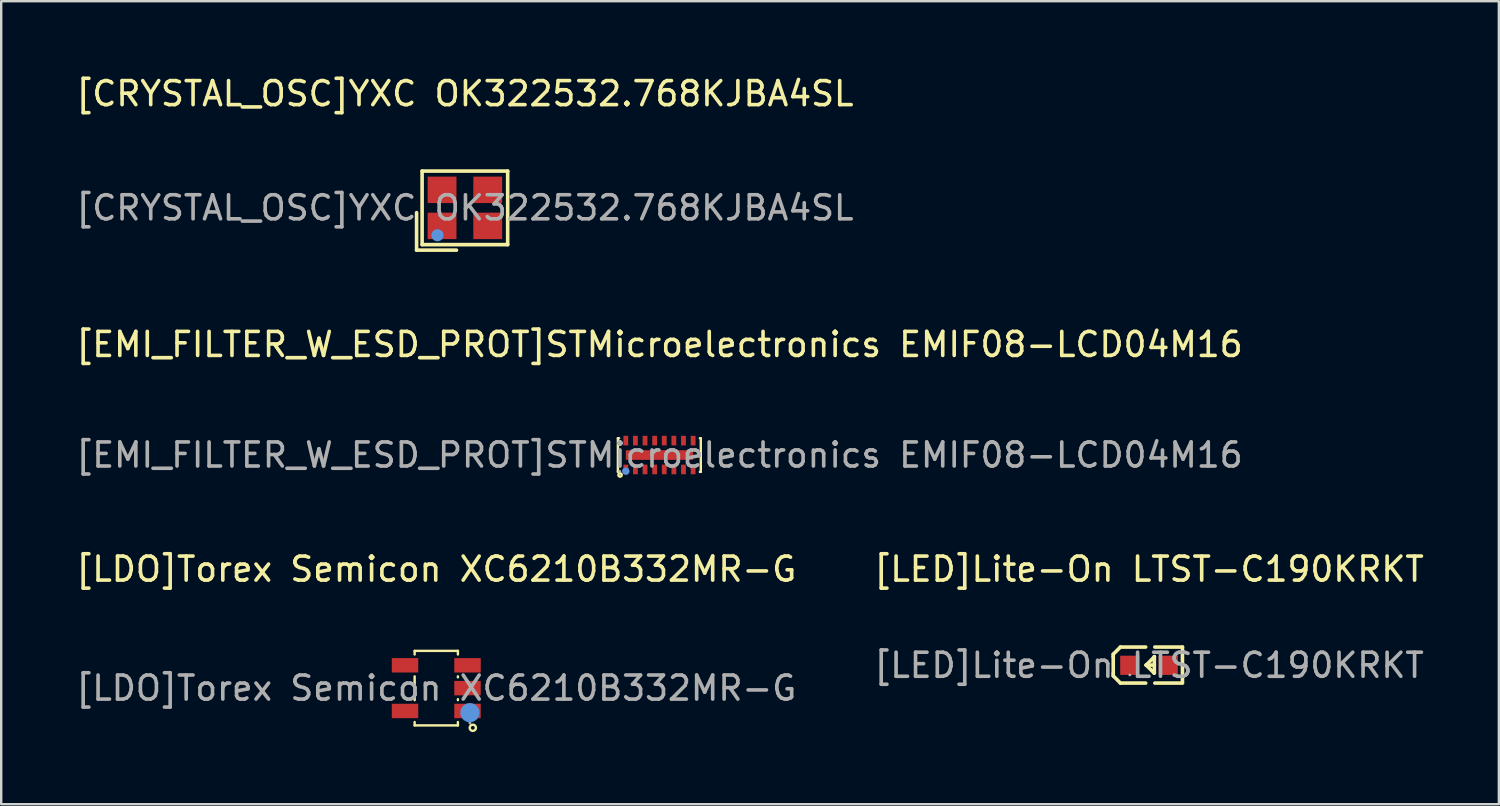
<source format=kicad_pcb>
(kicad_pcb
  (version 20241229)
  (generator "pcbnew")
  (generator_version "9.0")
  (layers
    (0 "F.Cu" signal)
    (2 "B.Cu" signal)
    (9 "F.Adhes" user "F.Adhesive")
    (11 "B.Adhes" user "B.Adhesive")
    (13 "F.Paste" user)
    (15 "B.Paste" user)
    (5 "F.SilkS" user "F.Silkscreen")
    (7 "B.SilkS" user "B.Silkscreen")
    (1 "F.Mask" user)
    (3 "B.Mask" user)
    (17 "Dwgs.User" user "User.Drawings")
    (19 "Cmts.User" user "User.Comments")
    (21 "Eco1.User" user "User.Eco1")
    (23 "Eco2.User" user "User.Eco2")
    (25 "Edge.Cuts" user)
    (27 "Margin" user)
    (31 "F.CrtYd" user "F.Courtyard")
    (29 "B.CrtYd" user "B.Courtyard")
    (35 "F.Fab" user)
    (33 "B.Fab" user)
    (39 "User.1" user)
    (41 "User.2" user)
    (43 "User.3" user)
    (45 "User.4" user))
  (footprint "[EMI_FILTER_W_ESD_PROT]STMicroelectronics EMIF08-LCD04M16"
    (layer "F.Cu")
    (at 24.387 15.882)
    (property "Reference" "[EMI_FILTER_W_ESD_PROT]STMicroelectronics EMIF08-LCD04M16" (at 0 -4.6 0) (layer "F.SilkS") (effects (font (size 1 1) (thickness 0.15))))
    (attr smd)
    (fp_line (start -1.73 -0.7) (end -1.73 0.7) (stroke (width 0.1) (type solid)) (layer "F.SilkS"))
    (fp_line (start -1.73 -0.7) (end -1.68 -0.7) (stroke (width 0.1) (type solid)) (layer "F.SilkS"))
    (fp_line (start -1.73 0.7) (end -1.68 0.7) (stroke (width 0.1) (type solid)) (layer "F.SilkS"))
    (fp_line (start 1.68 -0.7) (end 1.72 -0.7) (stroke (width 0.1) (type solid)) (layer "F.SilkS"))
    (fp_line (start 1.68 0.7) (end 1.72 0.7) (stroke (width 0.1) (type solid)) (layer "F.SilkS"))
    (fp_line (start 1.72 -0.7) (end 1.72 0.7) (stroke (width 0.1) (type solid)) (layer "F.SilkS"))
    (fp_circle (center -1.64 0.83) (end -1.62 0.83) (stroke (width 0.1) (type solid)) (fill no) (layer "F.SilkS"))
    (fp_circle (center -1.4 0.67) (end -1.32 0.67) (stroke (width 0.15) (type solid)) (fill no) (layer "Cmts.User"))
    (fp_circle (center -1.65 0.68) (end -1.62 0.68) (stroke (width 0.06) (type solid)) (fill no) (layer "F.Fab"))
    (fp_text user "${REFERENCE}" (at 0 0 0) (layer "F.Fab") (effects (font (size 1 1) (thickness 0.15))))
    (pad "1" smd rect (at -1.4 0.6) (size 0.2 0.4) (layers "F.Cu" "F.Mask" "F.Paste"))
    (pad "2" smd rect (at -1 0.6) (size 0.2 0.4) (layers "F.Cu" "F.Mask" "F.Paste"))
    (pad "3" smd rect (at -0.6 0.6) (size 0.2 0.4) (layers "F.Cu" "F.Mask" "F.Paste"))
    (pad "4" smd rect (at -0.2 0.6) (size 0.2 0.4) (layers "F.Cu" "F.Mask" "F.Paste"))
    (pad "5" smd rect (at 0.2 0.6) (size 0.2 0.4) (layers "F.Cu" "F.Mask" "F.Paste"))
    (pad "6" smd rect (at 0.6 0.6) (size 0.2 0.4) (layers "F.Cu" "F.Mask" "F.Paste"))
    (pad "7" smd rect (at 1 0.6) (size 0.2 0.4) (layers "F.Cu" "F.Mask" "F.Paste"))
    (pad "8" smd rect (at 1.4 0.6) (size 0.2 0.4) (layers "F.Cu" "F.Mask" "F.Paste"))
    (pad "9" smd rect (at 1.4 -0.6) (size 0.2 0.4) (layers "F.Cu" "F.Mask" "F.Paste"))
    (pad "10" smd rect (at 1 -0.6) (size 0.2 0.4) (layers "F.Cu" "F.Mask" "F.Paste"))
    (pad "11" smd rect (at 0.6 -0.6) (size 0.2 0.4) (layers "F.Cu" "F.Mask" "F.Paste"))
    (pad "12" smd rect (at 0.2 -0.6) (size 0.2 0.4) (layers "F.Cu" "F.Mask" "F.Paste"))
    (pad "13" smd rect (at -0.2 -0.6) (size 0.2 0.4) (layers "F.Cu" "F.Mask" "F.Paste"))
    (pad "14" smd rect (at -0.6 -0.6) (size 0.2 0.4) (layers "F.Cu" "F.Mask" "F.Paste"))
    (pad "15" smd rect (at -1 -0.6) (size 0.2 0.4) (layers "F.Cu" "F.Mask" "F.Paste"))
    (pad "16" smd rect (at -1.4 -0.6) (size 0.2 0.4) (layers "F.Cu" "F.Mask" "F.Paste"))
    (pad "17" smd rect (at 0 0) (size 2.8 0.4) (layers "F.Cu" "F.Mask" "F.Paste")))
  (footprint "[LED]Lite-On LTST-C190KRKT"
    (layer "F.Cu")
    (at 44.756 24.63)
    (property "Reference" "[LED]Lite-On LTST-C190KRKT" (at 0 -4 0) (layer "F.SilkS") (effects (font (size 1 1) (thickness 0.15))))
    (attr smd)
    (fp_line (start -1.49 -0.46) (end -1.19 -0.76) (stroke (width 0.15) (type solid)) (layer "F.SilkS"))
    (fp_line (start -1.49 -0.36) (end -1.49 -0.46) (stroke (width 0.15) (type solid)) (layer "F.SilkS"))
    (fp_line (start -1.49 -0.36) (end -1.49 0.34) (stroke (width 0.15) (type solid)) (layer "F.SilkS"))
    (fp_line (start -1.49 0.34) (end -1.49 0.44) (stroke (width 0.15) (type solid)) (layer "F.SilkS"))
    (fp_line (start -1.49 0.44) (end -1.19 0.74) (stroke (width 0.15) (type solid)) (layer "F.SilkS"))
    (fp_line (start -0.14 -0.76) (end -1.19 -0.76) (stroke (width 0.15) (type solid)) (layer "F.SilkS"))
    (fp_line (start -0.14 0.74) (end -1.19 0.74) (stroke (width 0.15) (type solid)) (layer "F.SilkS"))
    (fp_line (start 0.21 0.32) (end -0.12 -0.01) (stroke (width 0.15) (type solid)) (layer "F.SilkS"))
    (fp_line (start 0.22 -0.36) (end 0.22 -0.35) (stroke (width 0.15) (type solid)) (layer "F.SilkS"))
    (fp_line (start 0.22 -0.36) (end 0.22 0.32) (stroke (width 0.15) (type solid)) (layer "F.SilkS"))
    (fp_line (start 0.22 -0.35) (end -0.12 -0.01) (stroke (width 0.15) (type solid)) (layer "F.SilkS"))
    (fp_line (start 0.22 -0.01) (end -0.12 -0.01) (stroke (width 0.15) (type solid)) (layer "F.SilkS"))
    (fp_line (start 0.22 0.32) (end 0.21 0.32) (stroke (width 0.15) (type solid)) (layer "F.SilkS"))
    (fp_line (start 0.24 -0.76) (end 1.39 -0.76) (stroke (width 0.15) (type solid)) (layer "F.SilkS"))
    (fp_line (start 0.24 0.74) (end 1.39 0.74) (stroke (width 0.15) (type solid)) (layer "F.SilkS"))
    (fp_line (start 1.39 -0.76) (end 1.39 0.72) (stroke (width 0.15) (type solid)) (layer "F.SilkS"))
    (fp_circle (center -0.8 0.4) (end -0.77 0.4) (stroke (width 0.06) (type solid)) (fill no) (layer "F.Fab"))
    (fp_text user "${REFERENCE}" (at 0 0 0) (layer "F.Fab") (effects (font (size 1 1) (thickness 0.15))))
    (pad "1" smd rect (at -0.8 0 90) (size 0.8 0.8) (layers "F.Cu" "F.Mask" "F.Paste"))
    (pad "2" smd rect (at 0.8 0 90) (size 0.8 0.8) (layers "F.Cu" "F.Mask" "F.Paste")))
  (footprint "[CRYSTAL_OSC]YXC OK322532.768KJBA4SL"
    (layer "F.Cu")
    (at 16.292 5.598)
    (property "Reference" "[CRYSTAL_OSC]YXC OK322532.768KJBA4SL" (at 0 -4.75 0) (layer "F.SilkS") (effects (font (size 1 1) (thickness 0.15))))
    (attr through_hole)
    (fp_line (start -2.01 0.2) (end -2.01 1.76) (stroke (width 0.15) (type solid)) (layer "F.SilkS"))
    (fp_line (start -2.01 1.76) (end -0.35 1.76) (stroke (width 0.15) (type solid)) (layer "F.SilkS"))
    (fp_line (start -1.78 -1.53) (end 1.78 -1.53) (stroke (width 0.15) (type solid)) (layer "F.SilkS"))
    (fp_line (start -1.78 1.53) (end -1.78 -1.53) (stroke (width 0.15) (type solid)) (layer "F.SilkS"))
    (fp_line (start 1.78 -1.53) (end 1.78 1.53) (stroke (width 0.15) (type solid)) (layer "F.SilkS"))
    (fp_line (start 1.78 1.53) (end -1.78 1.53) (stroke (width 0.15) (type solid)) (layer "F.SilkS"))
    (fp_circle (center -1.14 1.14) (end -1.01 1.14) (stroke (width 0.25) (type solid)) (fill no) (layer "Cmts.User"))
    (fp_circle (center -1.25 1) (end -1.22 1) (stroke (width 0.06) (type solid)) (fill no) (layer "F.Fab"))
    (fp_text user "${REFERENCE}" (at 0 0 0) (layer "F.Fab") (effects (font (size 1 1) (thickness 0.15))))
    (pad "1" smd rect (at -0.95 0.75) (size 1.2 1.1) (layers "F.Cu" "F.Mask" "F.Paste"))
    (pad "2" smd rect (at 0.95 0.75) (size 1.2 1.1) (layers "F.Cu" "F.Mask" "F.Paste"))
    (pad "3" smd rect (at 0.95 -0.75) (size 1.2 1.1) (layers "F.Cu" "F.Mask" "F.Paste"))
    (pad "4" smd rect (at -0.95 -0.75) (size 1.2 1.1) (layers "F.Cu" "F.Mask" "F.Paste")))
  (footprint "[LDO]Torex Semicon XC6210B332MR-G"
    (layer "F.Cu")
    (at 15.101 25.58)
    (property "Reference" "[LDO]Torex Semicon XC6210B332MR-G" (at 0 -4.95 0) (layer "F.SilkS") (effects (font (size 1 1) (thickness 0.15))))
    (attr smd)
    (fp_line (start -0.9 -1.55) (end -0.9 -1.4) (stroke (width 0.1) (type solid)) (layer "F.SilkS"))
    (fp_line (start -0.9 -1.55) (end 0.9 -1.55) (stroke (width 0.1) (type solid)) (layer "F.SilkS"))
    (fp_line (start -0.9 -0.49) (end -0.9 0.5) (stroke (width 0.1) (type solid)) (layer "F.SilkS"))
    (fp_line (start -0.9 1.41) (end -0.9 1.55) (stroke (width 0.1) (type solid)) (layer "F.SilkS"))
    (fp_line (start -0.9 1.55) (end 0.9 1.55) (stroke (width 0.1) (type solid)) (layer "F.SilkS"))
    (fp_line (start 0.9 -1.55) (end 0.9 -1.4) (stroke (width 0.1) (type solid)) (layer "F.SilkS"))
    (fp_line (start 0.9 -0.49) (end 0.9 -0.45) (stroke (width 0.1) (type solid)) (layer "F.SilkS"))
    (fp_line (start 0.9 0.46) (end 0.9 0.5) (stroke (width 0.1) (type solid)) (layer "F.SilkS"))
    (fp_line (start 0.9 1.41) (end 0.9 1.55) (stroke (width 0.1) (type solid)) (layer "F.SilkS"))
    (fp_circle (center 1.52 1.65) (end 1.65 1.65) (stroke (width 0.1) (type solid)) (fill no) (layer "F.SilkS"))
    (fp_circle (center 1.4 1.02) (end 1.6 1.02) (stroke (width 0.4) (type solid)) (fill no) (layer "Cmts.User"))
    (fp_circle (center 1.4 1.45) (end 1.43 1.45) (stroke (width 0.06) (type solid)) (fill no) (layer "F.Fab"))
    (fp_text user "${REFERENCE}" (at 0 0 0) (layer "F.Fab") (effects (font (size 1 1) (thickness 0.15))))
    (pad "1" smd rect (at 1.3 0.95) (size 1.1 0.6) (layers "F.Cu" "F.Mask" "F.Paste"))
    (pad "2" smd rect (at 1.3 0) (size 1.1 0.6) (layers "F.Cu" "F.Mask" "F.Paste"))
    (pad "3" smd rect (at 1.3 -0.95) (size 1.1 0.6) (layers "F.Cu" "F.Mask" "F.Paste"))
    (pad "4" smd rect (at -1.3 -0.95) (size 1.1 0.6) (layers "F.Cu" "F.Mask" "F.Paste"))
    (pad "5" smd rect (at -1.3 0.95) (size 1.1 0.6) (layers "F.Cu" "F.Mask" "F.Paste")))
  (gr_rect
    (start -3 -3)
    (end 59.31 30.41)
    (stroke (width 0.1) (type default))
    (fill no)
    (layer "Edge.Cuts")))
</source>
